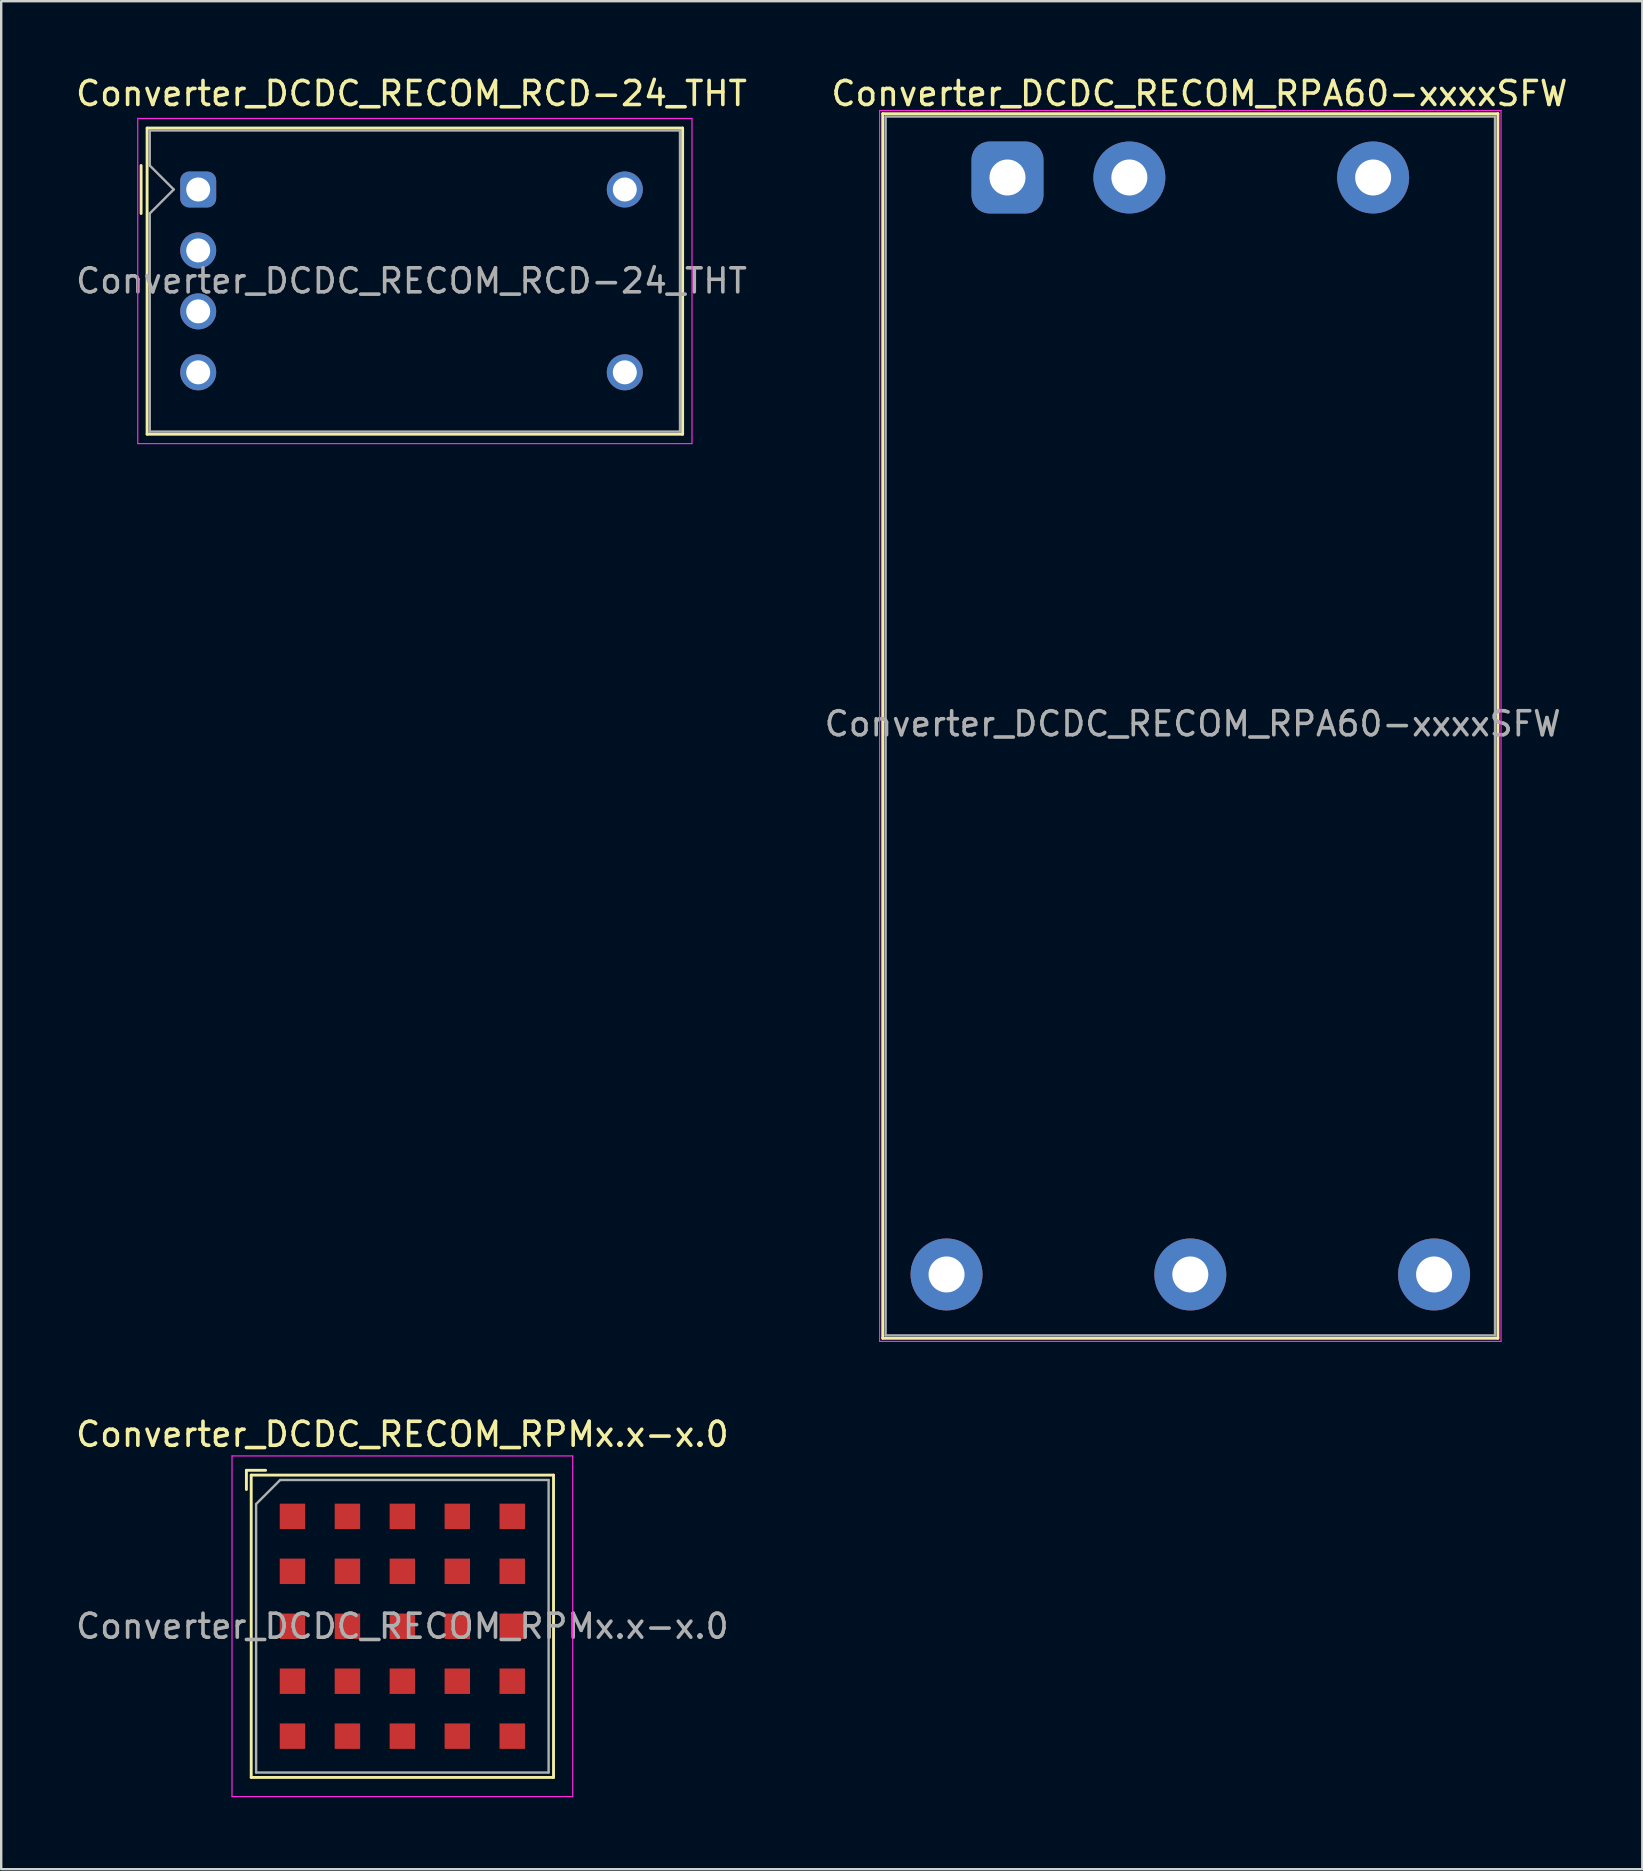
<source format=kicad_pcb>
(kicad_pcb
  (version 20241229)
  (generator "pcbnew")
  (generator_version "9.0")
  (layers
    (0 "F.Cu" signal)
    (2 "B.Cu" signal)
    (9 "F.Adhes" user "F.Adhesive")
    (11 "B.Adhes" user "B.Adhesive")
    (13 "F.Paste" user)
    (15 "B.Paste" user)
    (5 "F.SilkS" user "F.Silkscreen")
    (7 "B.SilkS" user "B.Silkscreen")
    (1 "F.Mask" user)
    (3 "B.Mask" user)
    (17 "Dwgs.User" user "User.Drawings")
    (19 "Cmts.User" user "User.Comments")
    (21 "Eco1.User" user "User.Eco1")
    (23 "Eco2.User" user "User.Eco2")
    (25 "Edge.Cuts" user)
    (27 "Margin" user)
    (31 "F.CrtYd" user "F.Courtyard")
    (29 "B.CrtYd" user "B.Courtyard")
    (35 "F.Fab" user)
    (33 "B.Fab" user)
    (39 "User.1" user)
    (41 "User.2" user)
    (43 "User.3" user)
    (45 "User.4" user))
  (footprint "Converter_DCDC_RECOM_RCD-24_THT"
    (layer "F.Cu")
    (at 5.211 4.848)
    (property "Reference" "Converter_DCDC_RECOM_RCD-24_THT" (at 8.89 -4 0) (unlocked yes) (layer "F.SilkS") (effects (font (size 1 1) (thickness 0.15))))
    (attr through_hole)
    (fp_line (start -2.38 -1) (end -2.38 1) (stroke (width 0.12) (type default)) (layer "F.SilkS"))
    (fp_line (start -2.13 -2.56) (end -2.13 10.2) (stroke (width 0.12) (type default)) (layer "F.SilkS"))
    (fp_line (start -2.13 -2.56) (end 20.19 -2.56) (stroke (width 0.12) (type default)) (layer "F.SilkS"))
    (fp_line (start -2.13 10.2) (end 20.19 10.2) (stroke (width 0.12) (type default)) (layer "F.SilkS"))
    (fp_line (start 20.19 -2.56) (end 20.19 10.2) (stroke (width 0.12) (type default)) (layer "F.SilkS"))
    (fp_line (start -2.52 -2.96) (end -2.52 10.59) (stroke (width 0.05) (type default)) (layer "F.CrtYd"))
    (fp_line (start -2.52 -2.96) (end 20.58 -2.96) (stroke (width 0.05) (type default)) (layer "F.CrtYd"))
    (fp_line (start -2.52 10.59) (end 20.58 10.59) (stroke (width 0.05) (type default)) (layer "F.CrtYd"))
    (fp_line (start 20.58 -2.96) (end 20.58 10.59) (stroke (width 0.05) (type default)) (layer "F.CrtYd"))
    (fp_line (start -2.02 -2.46) (end -2.02 -1) (stroke (width 0.1) (type default)) (layer "F.Fab"))
    (fp_line (start -2.02 -2.46) (end 20.08 -2.46) (stroke (width 0.1) (type default)) (layer "F.Fab"))
    (fp_line (start -2.02 -1) (end -1.02 0) (stroke (width 0.1) (type default)) (layer "F.Fab"))
    (fp_line (start -2.02 1) (end -2.02 10.09) (stroke (width 0.1) (type default)) (layer "F.Fab"))
    (fp_line (start -2.02 10.09) (end 20.08 10.09) (stroke (width 0.1) (type default)) (layer "F.Fab"))
    (fp_line (start -1.02 0) (end -2.02 1) (stroke (width 0.1) (type default)) (layer "F.Fab"))
    (fp_line (start 20.08 -2.46) (end 20.08 10.09) (stroke (width 0.1) (type default)) (layer "F.Fab"))
    (fp_text user "${REFERENCE}" (at 8.89 3.81 0) (unlocked yes) (layer "F.Fab") (effects (font (size 1 1) (thickness 0.15))))
    (pad "1" thru_hole roundrect (at 0 0) (size 1.5 1.5) (drill 1) (layers "*.Cu" "*.Mask") (roundrect_rratio 0.25))
    (pad "2" thru_hole circle (at 0 2.54) (size 1.5 1.5) (drill 1) (layers "*.Cu" "*.Mask"))
    (pad "3" thru_hole circle (at 0 5.08) (size 1.5 1.5) (drill 1) (layers "*.Cu" "*.Mask"))
    (pad "4" thru_hole circle (at 0 7.62) (size 1.5 1.5) (drill 1) (layers "*.Cu" "*.Mask"))
    (pad "5" thru_hole circle (at 17.78 7.62) (size 1.5 1.5) (drill 1) (layers "*.Cu" "*.Mask"))
    (pad "6" thru_hole circle (at 17.78 0) (size 1.5 1.5) (drill 1) (layers "*.Cu" "*.Mask")))
  (footprint "Converter_DCDC_RECOM_RPMx.x-x.0"
    (layer "F.Cu")
    (at 13.72 64.731)
    (property "Reference" "Converter_DCDC_RECOM_RPMx.x-x.0" (at 0 -8 0) (layer "F.SilkS") (effects (font (size 1 1) (thickness 0.15))))
    (attr smd)
    (fp_line (start -6.5 -6.5) (end -6.5 -5.7) (stroke (width 0.12) (type solid)) (layer "F.SilkS"))
    (fp_line (start -6.3 -6.3) (end 6.3 -6.3) (stroke (width 0.12) (type solid)) (layer "F.SilkS"))
    (fp_line (start -6.3 6.3) (end -6.3 -6.3) (stroke (width 0.12) (type solid)) (layer "F.SilkS"))
    (fp_line (start -5.7 -6.5) (end -6.5 -6.5) (stroke (width 0.12) (type solid)) (layer "F.SilkS"))
    (fp_line (start 6.3 -6.3) (end 6.3 6.3) (stroke (width 0.12) (type solid)) (layer "F.SilkS"))
    (fp_line (start 6.3 6.3) (end -6.3 6.3) (stroke (width 0.12) (type solid)) (layer "F.SilkS"))
    (fp_line (start -7.1 -7.1) (end -7.1 7.1) (stroke (width 0.05) (type solid)) (layer "F.CrtYd"))
    (fp_line (start -7.1 -7.1) (end 7.1 -7.1) (stroke (width 0.05) (type solid)) (layer "F.CrtYd"))
    (fp_line (start 7.1 7.1) (end -7.1 7.1) (stroke (width 0.05) (type solid)) (layer "F.CrtYd"))
    (fp_line (start 7.1 7.1) (end 7.1 -7.1) (stroke (width 0.05) (type solid)) (layer "F.CrtYd"))
    (fp_line (start -6.095 -5.095) (end -5.095 -6.095) (stroke (width 0.1) (type solid)) (layer "F.Fab"))
    (fp_line (start -6.095 6.095) (end -6.095 -5.095) (stroke (width 0.1) (type solid)) (layer "F.Fab"))
    (fp_line (start -5.095 -6.095) (end 6.095 -6.095) (stroke (width 0.1) (type solid)) (layer "F.Fab"))
    (fp_line (start 6.095 -6.095) (end 6.095 6.095) (stroke (width 0.1) (type solid)) (layer "F.Fab"))
    (fp_line (start 6.095 6.095) (end -6.095 6.095) (stroke (width 0.1) (type solid)) (layer "F.Fab"))
    (fp_text user "${REFERENCE}" (at 0 0 0) (layer "F.Fab") (effects (font (size 1 1) (thickness 0.15))))
    (pad "A1" smd rect (at -4.58 -4.58) (size 1.06 1.06) (layers "F.Cu" "F.Mask" "F.Paste"))
    (pad "A2" smd rect (at -2.29 -4.58) (size 1.06 1.06) (layers "F.Cu" "F.Mask" "F.Paste"))
    (pad "A3" smd rect (at 0 -4.58) (size 1.06 1.06) (layers "F.Cu" "F.Mask" "F.Paste"))
    (pad "A4" smd rect (at 2.29 -4.58) (size 1.06 1.06) (layers "F.Cu" "F.Mask" "F.Paste"))
    (pad "A5" smd rect (at 4.58 -4.58) (size 1.06 1.06) (layers "F.Cu" "F.Mask" "F.Paste"))
    (pad "B1" smd rect (at -4.58 -2.29) (size 1.06 1.06) (layers "F.Cu" "F.Mask" "F.Paste"))
    (pad "B2" smd rect (at -2.29 -2.29) (size 1.06 1.06) (layers "F.Cu" "F.Mask" "F.Paste"))
    (pad "B3" smd rect (at 0 -2.29) (size 1.06 1.06) (layers "F.Cu" "F.Mask" "F.Paste"))
    (pad "B4" smd rect (at 2.29 -2.29) (size 1.06 1.06) (layers "F.Cu" "F.Mask" "F.Paste"))
    (pad "B5" smd rect (at 4.58 -2.29) (size 1.06 1.06) (layers "F.Cu" "F.Mask" "F.Paste"))
    (pad "C1" smd rect (at -4.58 0) (size 1.06 1.06) (layers "F.Cu" "F.Mask" "F.Paste"))
    (pad "C2" smd rect (at -2.29 0) (size 1.06 1.06) (layers "F.Cu" "F.Mask" "F.Paste"))
    (pad "C3" smd rect (at 0 0) (size 1.06 1.06) (layers "F.Cu" "F.Mask" "F.Paste"))
    (pad "C4" smd rect (at 2.29 0) (size 1.06 1.06) (layers "F.Cu" "F.Mask" "F.Paste"))
    (pad "C5" smd rect (at 4.58 0) (size 1.06 1.06) (layers "F.Cu" "F.Mask" "F.Paste"))
    (pad "D1" smd rect (at -4.58 2.29) (size 1.06 1.06) (layers "F.Cu" "F.Mask" "F.Paste"))
    (pad "D2" smd rect (at -2.29 2.29) (size 1.06 1.06) (layers "F.Cu" "F.Mask" "F.Paste"))
    (pad "D3" smd rect (at 0 2.29) (size 1.06 1.06) (layers "F.Cu" "F.Mask" "F.Paste"))
    (pad "D4" smd rect (at 2.29 2.29) (size 1.06 1.06) (layers "F.Cu" "F.Mask" "F.Paste"))
    (pad "D5" smd rect (at 4.58 2.29) (size 1.06 1.06) (layers "F.Cu" "F.Mask" "F.Paste"))
    (pad "E1" smd rect (at -4.58 4.58) (size 1.06 1.06) (layers "F.Cu" "F.Mask" "F.Paste"))
    (pad "E2" smd rect (at -2.29 4.58) (size 1.06 1.06) (layers "F.Cu" "F.Mask" "F.Paste"))
    (pad "E3" smd rect (at 0 4.58) (size 1.06 1.06) (layers "F.Cu" "F.Mask" "F.Paste"))
    (pad "E4" smd rect (at 2.29 4.58) (size 1.06 1.06) (layers "F.Cu" "F.Mask" "F.Paste"))
    (pad "E5" smd rect (at 4.58 4.58) (size 1.06 1.06) (layers "F.Cu" "F.Mask" "F.Paste")))
  (footprint "Converter_DCDC_RECOM_RPA60-xxxxSFW"
    (layer "F.Cu")
    (at 38.941 4.348)
    (property "Reference" "Converter_DCDC_RECOM_RPA60-xxxxSFW" (at 8 -3.5 0) (layer "F.SilkS") (effects (font (size 1 1) (thickness 0.15))))
    (attr through_hole)
    (fp_line (start -5.2 -2.66) (end 20.44 -2.66) (stroke (width 0.12) (type solid)) (layer "F.SilkS"))
    (fp_line (start -5.2 48.38) (end -5.2 -2.66) (stroke (width 0.12) (type solid)) (layer "F.SilkS"))
    (fp_line (start 20.44 -2.66) (end 20.44 48.38) (stroke (width 0.12) (type solid)) (layer "F.SilkS"))
    (fp_line (start 20.44 48.38) (end -5.2 48.38) (stroke (width 0.12) (type solid)) (layer "F.SilkS"))
    (fp_line (start -5.33 -2.79) (end 20.57 -2.79) (stroke (width 0.05) (type solid)) (layer "F.CrtYd"))
    (fp_line (start -5.33 48.51) (end -5.33 -2.79) (stroke (width 0.05) (type solid)) (layer "F.CrtYd"))
    (fp_line (start 20.57 -2.79) (end 20.57 48.51) (stroke (width 0.05) (type solid)) (layer "F.CrtYd"))
    (fp_line (start 20.57 48.51) (end -5.33 48.51) (stroke (width 0.05) (type solid)) (layer "F.CrtYd"))
    (fp_line (start -5.08 -2.54) (end 20.32 -2.54) (stroke (width 0.1) (type solid)) (layer "F.Fab"))
    (fp_line (start -5.08 48.26) (end -5.08 -2.54) (stroke (width 0.1) (type solid)) (layer "F.Fab"))
    (fp_line (start -5.08 48.26) (end 20.32 48.26) (stroke (width 0.1) (type solid)) (layer "F.Fab"))
    (fp_line (start 20.32 48.26) (end 20.32 -2.54) (stroke (width 0.1) (type solid)) (layer "F.Fab"))
    (fp_text user "${REFERENCE}" (at 7.72 22.77 0) (layer "F.Fab") (effects (font (size 1 1) (thickness 0.15))))
    (pad "1" thru_hole roundrect (at 0 0) (size 3 3) (drill 1.5) (layers "*.Cu" "*.Mask") (roundrect_rratio 0.25))
    (pad "2" thru_hole circle (at 5.08 0) (size 3 3) (drill 1.5) (layers "*.Cu" "*.Mask"))
    (pad "3" thru_hole circle (at 15.24 0) (size 3 3) (drill 1.5) (layers "*.Cu" "*.Mask"))
    (pad "4" thru_hole circle (at 17.78 45.72) (size 3 3) (drill 1.5) (layers "*.Cu" "*.Mask"))
    (pad "5" thru_hole circle (at 7.62 45.72) (size 3 3) (drill 1.5) (layers "*.Cu" "*.Mask"))
    (pad "6" thru_hole circle (at -2.54 45.72) (size 3 3) (drill 1.5) (layers "*.Cu" "*.Mask")))
  (gr_rect
    (start -3 -3)
    (end 65.399 74.856)
    (stroke (width 0.1) (type default))
    (fill no)
    (layer "Edge.Cuts")))
</source>
